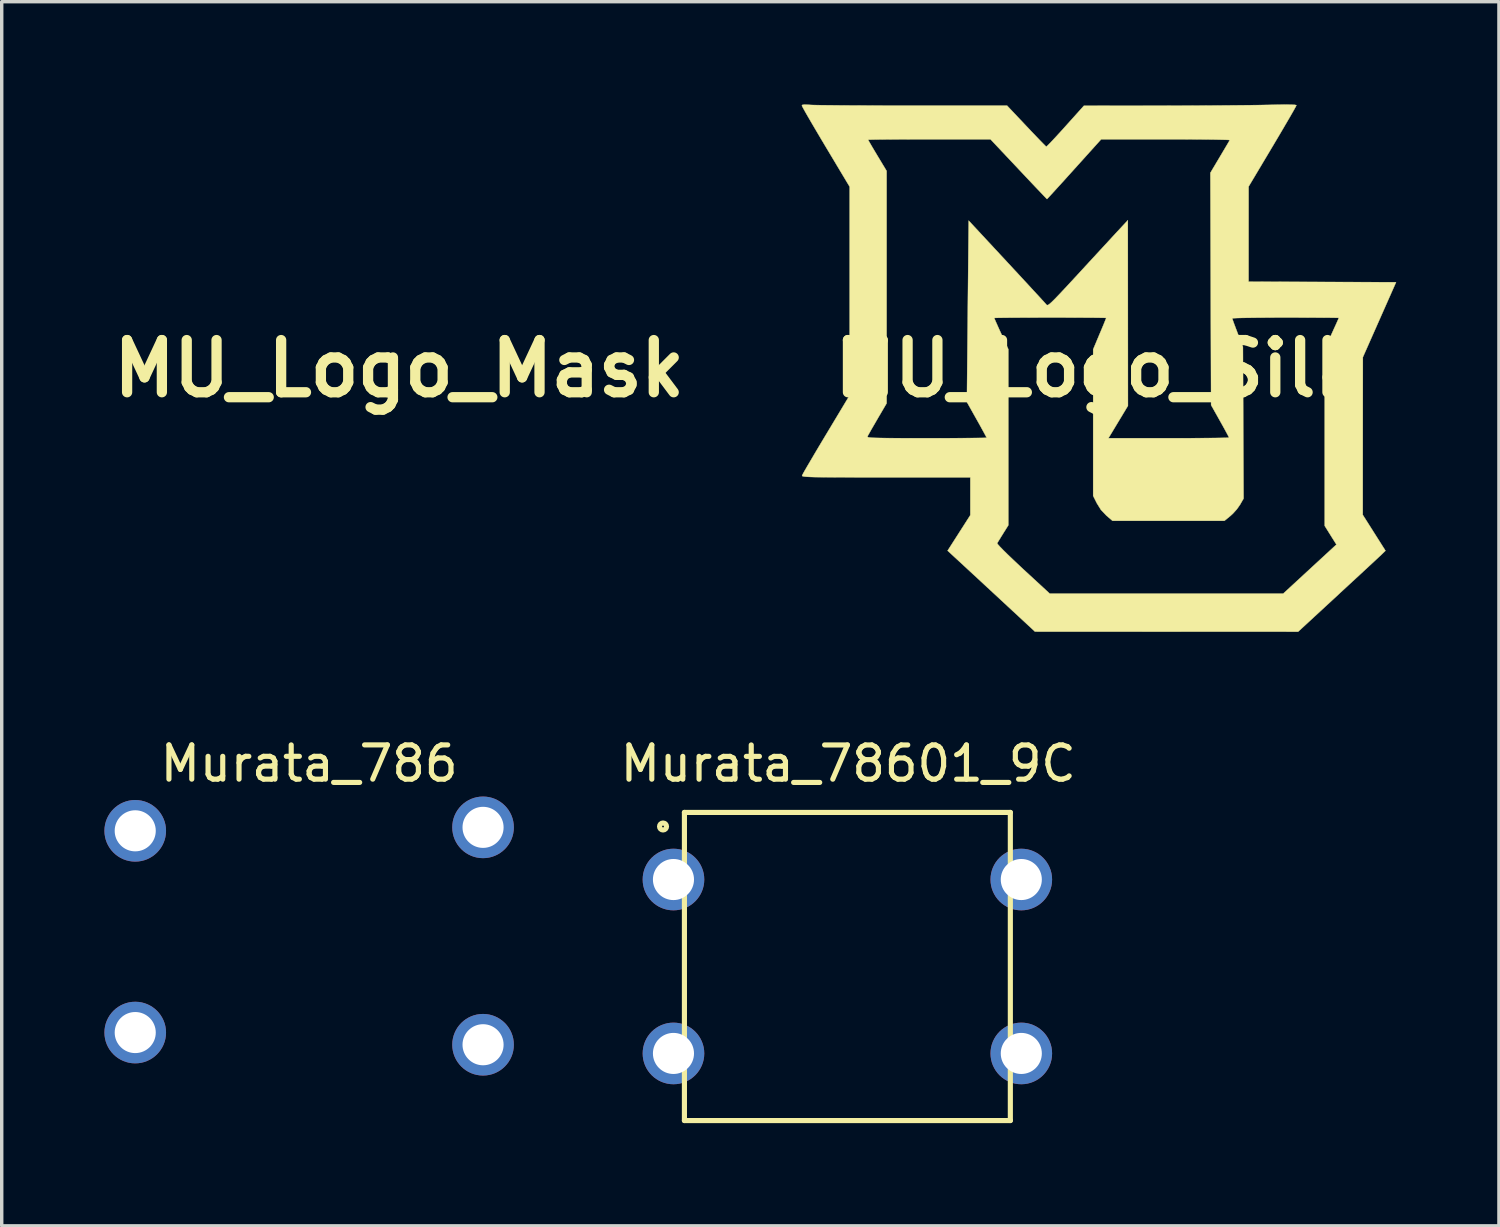
<source format=kicad_pcb>
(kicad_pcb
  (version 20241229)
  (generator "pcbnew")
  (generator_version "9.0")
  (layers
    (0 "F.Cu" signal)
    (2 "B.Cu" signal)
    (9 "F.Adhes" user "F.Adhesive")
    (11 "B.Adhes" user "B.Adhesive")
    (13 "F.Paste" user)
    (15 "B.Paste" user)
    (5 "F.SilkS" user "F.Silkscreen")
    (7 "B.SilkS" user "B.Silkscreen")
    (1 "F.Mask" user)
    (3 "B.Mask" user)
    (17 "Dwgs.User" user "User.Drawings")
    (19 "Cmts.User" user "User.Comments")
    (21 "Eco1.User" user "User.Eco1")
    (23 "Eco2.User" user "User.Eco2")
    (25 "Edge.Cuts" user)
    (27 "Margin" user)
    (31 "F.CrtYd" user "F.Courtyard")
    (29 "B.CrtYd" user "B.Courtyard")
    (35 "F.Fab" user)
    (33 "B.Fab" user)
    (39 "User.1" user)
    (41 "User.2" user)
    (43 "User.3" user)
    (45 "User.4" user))
  (footprint "MU_Logo_Mask"
    (layer "F.Cu")
    (at 8.609 7.718)
    (property "Reference" "MU_Logo_Mask" (at 0 0 0) (layer "F.SilkS") (effects (font (size 1.524 1.524) (thickness 0.3))))
    (attr through_hole)
    (fp_poly (pts (xy 5.688 -7.711) (xy 5.79 -7.706) (xy 5.838 -7.697) (xy 5.842 -7.692) (xy 5.826 -7.659) (xy 5.781 -7.576) (xy 5.71 -7.451) (xy 5.616 -7.289) (xy 5.503 -7.096) (xy 5.374 -6.876) (xy 5.233 -6.638) (xy 5.144 -6.488) (xy 4.446 -5.318) (xy 4.445 -2.54) (xy 6.599 -2.532) (xy 8.753 -2.524) (xy 8.268 -1.429) (xy 7.783 -0.333) (xy 7.781 1.968) (xy 7.78 4.27) (xy 8.444 5.318) (xy 8.357 5.403) (xy 8.318 5.441) (xy 8.236 5.517) (xy 8.117 5.628) (xy 7.966 5.768) (xy 7.787 5.934) (xy 7.586 6.12) (xy 7.367 6.322) (xy 7.135 6.536) (xy 7.082 6.586) (xy 5.892 7.684) (xy 2.049 7.683) (xy -1.794 7.682) (xy -2.16 7.342) (xy -2.274 7.236) (xy -2.419 7.102) (xy -2.588 6.945) (xy -2.776 6.771) (xy -2.975 6.586) (xy -3.18 6.397) (xy -3.383 6.208) (xy -3.58 6.026) (xy -3.764 5.856) (xy -3.927 5.705) (xy -4.065 5.578) (xy -4.17 5.481) (xy -4.236 5.42) (xy -4.245 5.411) (xy -4.347 5.318) (xy -4.015 4.799) (xy -3.683 4.28) (xy -3.683 3.175) (xy -6.147 3.175) (xy -6.601 3.175) (xy -6.996 3.175) (xy -7.336 3.174) (xy -7.624 3.173) (xy -7.865 3.172) (xy -8.063 3.17) (xy -8.223 3.168) (xy -8.348 3.164) (xy -8.442 3.16) (xy -8.509 3.155) (xy -8.555 3.149) (xy -8.582 3.142) (xy -8.594 3.134) (xy -8.597 3.124) (xy -8.596 3.119) (xy -8.577 3.081) (xy -8.529 2.994) (xy -8.454 2.865) (xy -8.357 2.7) (xy -8.242 2.504) (xy -8.111 2.283) (xy -7.968 2.044) (xy -7.933 1.986) (xy -6.688 1.986) (xy -6.686 1.996) (xy -6.667 2.004) (xy -6.627 2.011) (xy -6.561 2.017) (xy -6.464 2.022) (xy -6.332 2.025) (xy -6.161 2.028) (xy -5.945 2.03) (xy -5.679 2.031) (xy -5.36 2.032) (xy -4.982 2.032) (xy -4.956 2.032) (xy -4.63 2.032) (xy -4.323 2.031) (xy -4.042 2.03) (xy -3.792 2.028) (xy -3.579 2.026) (xy -3.408 2.024) (xy -3.287 2.022) (xy -3.219 2.019) (xy -3.207 2.017) (xy -3.222 1.986) (xy -3.263 1.909) (xy -3.326 1.794) (xy -3.405 1.65) (xy -3.495 1.49) (xy -3.783 0.977) (xy -3.759 -1.48) (xy -2.985 -1.48) (xy -2.972 -1.449) (xy -2.938 -1.37) (xy -2.886 -1.253) (xy -2.821 -1.109) (xy -2.778 -1.016) (xy -2.572 -0.564) (xy -2.572 4.573) (xy -2.725 4.818) (xy -2.795 4.931) (xy -2.853 5.025) (xy -2.891 5.087) (xy -2.899 5.099) (xy -2.881 5.129) (xy -2.821 5.197) (xy -2.722 5.299) (xy -2.589 5.43) (xy -2.426 5.586) (xy -2.238 5.763) (xy -2.141 5.854) (xy -1.362 6.572) (xy 5.456 6.572) (xy 7.011 5.138) (xy 6.839 4.865) (xy 6.668 4.591) (xy 6.668 -0.57) (xy 6.874 -1.021) (xy 6.944 -1.176) (xy 7.005 -1.309) (xy 7.05 -1.411) (xy 7.076 -1.471) (xy 7.08 -1.482) (xy 7.05 -1.484) (xy 6.961 -1.486) (xy 6.822 -1.488) (xy 6.637 -1.489) (xy 6.413 -1.49) (xy 6.156 -1.491) (xy 5.872 -1.492) (xy 5.566 -1.492) (xy 5.524 -1.492) (xy 5.217 -1.492) (xy 4.93 -1.49) (xy 4.668 -1.488) (xy 4.44 -1.485) (xy 4.249 -1.482) (xy 4.103 -1.478) (xy 4.008 -1.473) (xy 3.969 -1.468) (xy 3.969 -1.467) (xy 3.98 -1.43) (xy 4.009 -1.346) (xy 4.054 -1.225) (xy 4.109 -1.08) (xy 4.124 -1.04) (xy 4.28 -0.638) (xy 4.289 1.578) (xy 4.299 3.794) (xy 4.196 3.974) (xy 4.105 4.104) (xy 3.988 4.234) (xy 3.916 4.3) (xy 3.739 4.445) (xy 0.471 4.445) (xy 0.296 4.296) (xy 0.132 4.124) (xy 0.013 3.932) (xy -0.095 3.716) (xy -0.095 -0.563) (xy 0.095 -1.016) (xy 0.161 -1.172) (xy 0.217 -1.307) (xy 0.258 -1.409) (xy 0.282 -1.469) (xy 0.286 -1.481) (xy 0.255 -1.483) (xy 0.167 -1.485) (xy 0.027 -1.487) (xy -0.159 -1.489) (xy -0.385 -1.49) (xy -0.644 -1.491) (xy -0.931 -1.492) (xy -1.241 -1.492) (xy -1.349 -1.492) (xy -1.665 -1.492) (xy -1.96 -1.491) (xy -2.23 -1.49) (xy -2.468 -1.489) (xy -2.667 -1.487) (xy -2.824 -1.485) (xy -2.93 -1.483) (xy -2.981 -1.481) (xy -2.985 -1.48) (xy -3.759 -1.48) (xy -3.731 -4.324) (xy -2.619 -3.127) (xy -2.403 -2.894) (xy -2.198 -2.673) (xy -2.01 -2.47) (xy -1.843 -2.288) (xy -1.7 -2.134) (xy -1.587 -2.01) (xy -1.507 -1.923) (xy -1.465 -1.875) (xy -1.46 -1.87) (xy -1.447 -1.858) (xy -1.429 -1.855) (xy -1.403 -1.866) (xy -1.365 -1.893) (xy -1.31 -1.942) (xy -1.236 -2.014) (xy -1.138 -2.115) (xy -1.013 -2.247) (xy -0.856 -2.415) (xy -0.664 -2.622) (xy -0.433 -2.872) (xy -0.428 -2.878) (xy -0.219 -3.105) (xy -0.017 -3.324) (xy 0.173 -3.53) (xy 0.345 -3.716) (xy 0.493 -3.877) (xy 0.613 -4.007) (xy 0.7 -4.1) (xy 0.737 -4.14) (xy 0.918 -4.334) (xy 0.921 1.086) (xy 0.636 1.559) (xy 0.351 2.032) (xy 2.112 2.032) (xy 2.44 2.032) (xy 2.748 2.031) (xy 3.031 2.029) (xy 3.282 2.027) (xy 3.496 2.025) (xy 3.668 2.022) (xy 3.791 2.019) (xy 3.86 2.016) (xy 3.873 2.014) (xy 3.859 1.982) (xy 3.818 1.904) (xy 3.756 1.789) (xy 3.678 1.648) (xy 3.612 1.53) (xy 3.35 1.064) (xy 3.339 -2.328) (xy 3.329 -5.72) (xy 3.606 -6.186) (xy 3.698 -6.341) (xy 3.778 -6.476) (xy 3.842 -6.584) (xy 3.883 -6.654) (xy 3.896 -6.675) (xy 3.867 -6.68) (xy 3.781 -6.684) (xy 3.642 -6.687) (xy 3.456 -6.691) (xy 3.228 -6.694) (xy 2.964 -6.696) (xy 2.669 -6.698) (xy 2.35 -6.699) (xy 2.024 -6.699) (xy 0.139 -6.699) (xy -0.648 -5.826) (xy -0.827 -5.628) (xy -0.991 -5.446) (xy -1.138 -5.285) (xy -1.261 -5.15) (xy -1.356 -5.046) (xy -1.418 -4.979) (xy -1.443 -4.953) (xy -1.443 -4.953) (xy -1.466 -4.975) (xy -1.527 -5.039) (xy -1.622 -5.139) (xy -1.746 -5.269) (xy -1.895 -5.426) (xy -2.063 -5.604) (xy -2.246 -5.799) (xy -2.272 -5.826) (xy -3.094 -6.699) (xy -4.881 -6.699) (xy -5.211 -6.699) (xy -5.521 -6.698) (xy -5.806 -6.697) (xy -6.06 -6.696) (xy -6.277 -6.694) (xy -6.452 -6.692) (xy -6.579 -6.689) (xy -6.652 -6.687) (xy -6.668 -6.685) (xy -6.652 -6.654) (xy -6.609 -6.579) (xy -6.544 -6.468) (xy -6.462 -6.33) (xy -6.398 -6.223) (xy -6.128 -5.775) (xy -6.128 1.013) (xy -6.399 1.476) (xy -6.49 1.633) (xy -6.571 1.772) (xy -6.634 1.885) (xy -6.676 1.96) (xy -6.688 1.986) (xy -7.933 1.986) (xy -7.894 1.921) (xy -7.208 0.779) (xy -7.208 -2.268) (xy -7.208 -5.314) (xy -7.906 -6.48) (xy -8.054 -6.728) (xy -8.191 -6.96) (xy -8.314 -7.169) (xy -8.42 -7.351) (xy -8.505 -7.499) (xy -8.565 -7.608) (xy -8.599 -7.672) (xy -8.604 -7.685) (xy -8.587 -7.705) (xy -8.53 -7.713) (xy -8.423 -7.709) (xy -8.361 -7.704) (xy -8.293 -7.701) (xy -8.166 -7.698) (xy -7.986 -7.695) (xy -7.758 -7.693) (xy -7.487 -7.69) (xy -7.178 -7.688) (xy -6.836 -7.687) (xy -6.467 -7.685) (xy -6.075 -7.684) (xy -5.665 -7.684) (xy -5.365 -7.684) (xy -2.611 -7.684) (xy -2.048 -7.088) (xy -1.896 -6.927) (xy -1.757 -6.782) (xy -1.639 -6.659) (xy -1.546 -6.564) (xy -1.486 -6.504) (xy -1.465 -6.485) (xy -1.439 -6.505) (xy -1.377 -6.567) (xy -1.284 -6.664) (xy -1.167 -6.79) (xy -1.031 -6.938) (xy -0.905 -7.078) (xy -0.365 -7.679) (xy 1.924 -7.681) (xy 2.326 -7.682) (xy 2.73 -7.683) (xy 3.127 -7.685) (xy 3.511 -7.687) (xy 3.874 -7.69) (xy 4.207 -7.693) (xy 4.503 -7.696) (xy 4.755 -7.699) (xy 4.954 -7.703) (xy 5.027 -7.704) (xy 5.308 -7.711) (xy 5.528 -7.713) (xy 5.688 -7.711)) (stroke (width 0.01) (type solid)) (fill yes) (layer "F.Mask")))
  (footprint "Murata_786"
    (layer "F.Cu")
    (at 5.98 23.428)
    (property "Reference" "Murata_786" (at 0 -4.174 0) (layer "F.SilkS") (effects (font (size 1 1) (thickness 0.15))))
    (attr through_hole)
    (pad "1" thru_hole circle (at -5.08 -2.21) (size 1.8 1.8) (drill 1.2) (layers "*.Cu" "*.Mask"))
    (pad "2" thru_hole circle (at -5.08 3.683) (size 1.8 1.8) (drill 1.2) (layers "*.Cu" "*.Mask"))
    (pad "3" thru_hole circle (at 5.08 4.039) (size 1.8 1.8) (drill 1.2) (layers "*.Cu" "*.Mask"))
    (pad "4" thru_hole circle (at 5.08 -2.311) (size 1.8 1.8) (drill 1.2) (layers "*.Cu" "*.Mask")))
  (footprint "MU_Logo_Silk"
    (layer "F.Cu")
    (at 28.976 7.718)
    (property "Reference" "MU_Logo_Silk" (at 0 0 0) (layer "F.SilkS") (effects (font (size 1.524 1.524) (thickness 0.3))))
    (attr through_hole)
    (fp_poly (pts (xy 5.688 -7.711) (xy 5.79 -7.706) (xy 5.838 -7.697) (xy 5.842 -7.692) (xy 5.826 -7.659) (xy 5.781 -7.576) (xy 5.71 -7.451) (xy 5.616 -7.289) (xy 5.503 -7.096) (xy 5.374 -6.876) (xy 5.233 -6.638) (xy 5.144 -6.488) (xy 4.446 -5.318) (xy 4.445 -2.54) (xy 6.599 -2.532) (xy 8.753 -2.524) (xy 8.268 -1.429) (xy 7.783 -0.333) (xy 7.781 1.968) (xy 7.78 4.27) (xy 8.444 5.318) (xy 8.357 5.403) (xy 8.318 5.441) (xy 8.236 5.517) (xy 8.117 5.628) (xy 7.966 5.768) (xy 7.787 5.934) (xy 7.586 6.12) (xy 7.367 6.322) (xy 7.135 6.536) (xy 7.082 6.586) (xy 5.892 7.684) (xy 2.049 7.683) (xy -1.794 7.682) (xy -2.16 7.342) (xy -2.274 7.236) (xy -2.419 7.102) (xy -2.588 6.945) (xy -2.776 6.771) (xy -2.975 6.586) (xy -3.18 6.397) (xy -3.383 6.208) (xy -3.58 6.026) (xy -3.764 5.856) (xy -3.927 5.705) (xy -4.065 5.578) (xy -4.17 5.481) (xy -4.236 5.42) (xy -4.245 5.411) (xy -4.347 5.318) (xy -4.015 4.799) (xy -3.683 4.28) (xy -3.683 3.175) (xy -6.147 3.175) (xy -6.601 3.175) (xy -6.996 3.175) (xy -7.336 3.174) (xy -7.624 3.173) (xy -7.865 3.172) (xy -8.063 3.17) (xy -8.223 3.168) (xy -8.348 3.164) (xy -8.442 3.16) (xy -8.509 3.155) (xy -8.555 3.149) (xy -8.582 3.142) (xy -8.594 3.134) (xy -8.597 3.124) (xy -8.596 3.119) (xy -8.577 3.081) (xy -8.529 2.994) (xy -8.454 2.865) (xy -8.357 2.7) (xy -8.242 2.504) (xy -8.111 2.283) (xy -7.968 2.044) (xy -7.933 1.986) (xy -6.688 1.986) (xy -6.686 1.996) (xy -6.667 2.004) (xy -6.627 2.011) (xy -6.561 2.017) (xy -6.464 2.022) (xy -6.332 2.025) (xy -6.161 2.028) (xy -5.945 2.03) (xy -5.679 2.031) (xy -5.36 2.032) (xy -4.982 2.032) (xy -4.956 2.032) (xy -4.63 2.032) (xy -4.323 2.031) (xy -4.042 2.03) (xy -3.792 2.028) (xy -3.579 2.026) (xy -3.408 2.024) (xy -3.287 2.022) (xy -3.219 2.019) (xy -3.207 2.017) (xy -3.222 1.986) (xy -3.263 1.909) (xy -3.326 1.794) (xy -3.405 1.65) (xy -3.495 1.49) (xy -3.783 0.977) (xy -3.759 -1.48) (xy -2.985 -1.48) (xy -2.972 -1.449) (xy -2.938 -1.37) (xy -2.886 -1.253) (xy -2.821 -1.109) (xy -2.778 -1.016) (xy -2.572 -0.564) (xy -2.572 4.573) (xy -2.725 4.818) (xy -2.795 4.931) (xy -2.853 5.025) (xy -2.891 5.087) (xy -2.899 5.099) (xy -2.881 5.129) (xy -2.821 5.197) (xy -2.722 5.299) (xy -2.589 5.43) (xy -2.426 5.586) (xy -2.238 5.763) (xy -2.141 5.854) (xy -1.362 6.572) (xy 5.456 6.572) (xy 7.011 5.138) (xy 6.839 4.865) (xy 6.668 4.591) (xy 6.668 -0.57) (xy 6.874 -1.021) (xy 6.944 -1.176) (xy 7.005 -1.309) (xy 7.05 -1.411) (xy 7.076 -1.471) (xy 7.08 -1.482) (xy 7.05 -1.484) (xy 6.961 -1.486) (xy 6.822 -1.488) (xy 6.637 -1.489) (xy 6.413 -1.49) (xy 6.156 -1.491) (xy 5.872 -1.492) (xy 5.566 -1.492) (xy 5.524 -1.492) (xy 5.217 -1.492) (xy 4.93 -1.49) (xy 4.668 -1.488) (xy 4.44 -1.485) (xy 4.249 -1.482) (xy 4.103 -1.478) (xy 4.008 -1.473) (xy 3.969 -1.468) (xy 3.969 -1.467) (xy 3.98 -1.43) (xy 4.009 -1.346) (xy 4.054 -1.225) (xy 4.109 -1.08) (xy 4.124 -1.04) (xy 4.28 -0.638) (xy 4.289 1.578) (xy 4.299 3.794) (xy 4.196 3.974) (xy 4.105 4.104) (xy 3.988 4.234) (xy 3.916 4.3) (xy 3.739 4.445) (xy 0.471 4.445) (xy 0.296 4.296) (xy 0.132 4.124) (xy 0.013 3.932) (xy -0.095 3.716) (xy -0.095 -0.563) (xy 0.095 -1.016) (xy 0.161 -1.172) (xy 0.217 -1.307) (xy 0.258 -1.409) (xy 0.282 -1.469) (xy 0.286 -1.481) (xy 0.255 -1.483) (xy 0.167 -1.485) (xy 0.027 -1.487) (xy -0.159 -1.489) (xy -0.385 -1.49) (xy -0.644 -1.491) (xy -0.931 -1.492) (xy -1.241 -1.492) (xy -1.349 -1.492) (xy -1.665 -1.492) (xy -1.96 -1.491) (xy -2.23 -1.49) (xy -2.468 -1.489) (xy -2.667 -1.487) (xy -2.824 -1.485) (xy -2.93 -1.483) (xy -2.981 -1.481) (xy -2.985 -1.48) (xy -3.759 -1.48) (xy -3.731 -4.324) (xy -2.619 -3.127) (xy -2.403 -2.894) (xy -2.198 -2.673) (xy -2.01 -2.47) (xy -1.843 -2.288) (xy -1.7 -2.134) (xy -1.587 -2.01) (xy -1.507 -1.923) (xy -1.465 -1.875) (xy -1.46 -1.87) (xy -1.447 -1.858) (xy -1.429 -1.855) (xy -1.403 -1.866) (xy -1.365 -1.893) (xy -1.31 -1.942) (xy -1.236 -2.014) (xy -1.138 -2.115) (xy -1.013 -2.247) (xy -0.856 -2.415) (xy -0.664 -2.622) (xy -0.433 -2.872) (xy -0.428 -2.878) (xy -0.219 -3.105) (xy -0.017 -3.324) (xy 0.173 -3.53) (xy 0.345 -3.716) (xy 0.493 -3.877) (xy 0.613 -4.007) (xy 0.7 -4.1) (xy 0.737 -4.14) (xy 0.918 -4.334) (xy 0.921 1.086) (xy 0.636 1.559) (xy 0.351 2.032) (xy 2.112 2.032) (xy 2.44 2.032) (xy 2.748 2.031) (xy 3.031 2.029) (xy 3.282 2.027) (xy 3.496 2.025) (xy 3.668 2.022) (xy 3.791 2.019) (xy 3.86 2.016) (xy 3.873 2.014) (xy 3.859 1.982) (xy 3.818 1.904) (xy 3.756 1.789) (xy 3.678 1.648) (xy 3.612 1.53) (xy 3.35 1.064) (xy 3.339 -2.328) (xy 3.329 -5.72) (xy 3.606 -6.186) (xy 3.698 -6.341) (xy 3.778 -6.476) (xy 3.842 -6.584) (xy 3.883 -6.654) (xy 3.896 -6.675) (xy 3.867 -6.68) (xy 3.781 -6.684) (xy 3.642 -6.687) (xy 3.456 -6.691) (xy 3.228 -6.694) (xy 2.964 -6.696) (xy 2.669 -6.698) (xy 2.35 -6.699) (xy 2.024 -6.699) (xy 0.139 -6.699) (xy -0.648 -5.826) (xy -0.827 -5.628) (xy -0.991 -5.446) (xy -1.138 -5.285) (xy -1.261 -5.15) (xy -1.356 -5.046) (xy -1.418 -4.979) (xy -1.443 -4.953) (xy -1.443 -4.953) (xy -1.466 -4.975) (xy -1.527 -5.039) (xy -1.622 -5.139) (xy -1.746 -5.269) (xy -1.895 -5.426) (xy -2.063 -5.604) (xy -2.246 -5.799) (xy -2.272 -5.826) (xy -3.094 -6.699) (xy -4.881 -6.699) (xy -5.211 -6.699) (xy -5.521 -6.698) (xy -5.806 -6.697) (xy -6.06 -6.696) (xy -6.277 -6.694) (xy -6.452 -6.692) (xy -6.579 -6.689) (xy -6.652 -6.687) (xy -6.668 -6.685) (xy -6.652 -6.654) (xy -6.609 -6.579) (xy -6.544 -6.468) (xy -6.462 -6.33) (xy -6.398 -6.223) (xy -6.128 -5.775) (xy -6.128 1.013) (xy -6.399 1.476) (xy -6.49 1.633) (xy -6.571 1.772) (xy -6.634 1.885) (xy -6.676 1.96) (xy -6.688 1.986) (xy -7.933 1.986) (xy -7.894 1.921) (xy -7.208 0.779) (xy -7.208 -2.268) (xy -7.208 -5.314) (xy -7.906 -6.48) (xy -8.054 -6.728) (xy -8.191 -6.96) (xy -8.314 -7.169) (xy -8.42 -7.351) (xy -8.505 -7.499) (xy -8.565 -7.608) (xy -8.599 -7.672) (xy -8.604 -7.685) (xy -8.587 -7.705) (xy -8.53 -7.713) (xy -8.423 -7.709) (xy -8.361 -7.704) (xy -8.293 -7.701) (xy -8.166 -7.698) (xy -7.986 -7.695) (xy -7.758 -7.693) (xy -7.487 -7.69) (xy -7.178 -7.688) (xy -6.836 -7.687) (xy -6.467 -7.685) (xy -6.075 -7.684) (xy -5.665 -7.684) (xy -5.365 -7.684) (xy -2.611 -7.684) (xy -2.048 -7.088) (xy -1.896 -6.927) (xy -1.757 -6.782) (xy -1.639 -6.659) (xy -1.546 -6.564) (xy -1.486 -6.504) (xy -1.465 -6.485) (xy -1.439 -6.505) (xy -1.377 -6.567) (xy -1.284 -6.664) (xy -1.167 -6.79) (xy -1.031 -6.938) (xy -0.905 -7.078) (xy -0.365 -7.679) (xy 1.924 -7.681) (xy 2.326 -7.682) (xy 2.73 -7.683) (xy 3.127 -7.685) (xy 3.511 -7.687) (xy 3.874 -7.69) (xy 4.207 -7.693) (xy 4.503 -7.696) (xy 4.755 -7.699) (xy 4.954 -7.703) (xy 5.027 -7.704) (xy 5.308 -7.711) (xy 5.528 -7.713) (xy 5.688 -7.711)) (stroke (width 0.01) (type solid)) (fill yes) (layer "F.SilkS")))
  (footprint "Murata_78601_9C"
    (layer "F.Cu")
    (at 21.702 25.181)
    (property "Reference" "Murata_78601_9C" (at 0.025 -5.926 0) (layer "F.SilkS") (effects (font (size 1 1) (thickness 0.15))))
    (attr through_hole)
    (fp_line (start -4.76 -4.5) (end 4.76 -4.5) (stroke (width 0.15) (type solid)) (layer "F.SilkS"))
    (fp_line (start -4.76 4.5) (end -4.76 -4.5) (stroke (width 0.15) (type solid)) (layer "F.SilkS"))
    (fp_line (start 4.76 -4.5) (end 4.76 4.5) (stroke (width 0.15) (type solid)) (layer "F.SilkS"))
    (fp_line (start 4.76 4.5) (end -4.76 4.5) (stroke (width 0.15) (type solid)) (layer "F.SilkS"))
    (fp_circle (center -5.385 -4.089) (end -5.283 -4.089) (stroke (width 0.15) (type solid)) (fill no) (layer "F.SilkS"))
    (pad "1" thru_hole circle (at -5.08 -2.54) (size 1.8 1.8) (drill 1.2) (layers "*.Cu" "*.Mask"))
    (pad "2" thru_hole circle (at -5.08 2.54) (size 1.8 1.8) (drill 1.2) (layers "*.Cu" "*.Mask"))
    (pad "3" thru_hole circle (at 5.08 2.54) (size 1.8 1.8) (drill 1.2) (layers "*.Cu" "*.Mask"))
    (pad "4" thru_hole circle (at 5.08 -2.54) (size 1.8 1.8) (drill 1.2) (layers "*.Cu" "*.Mask")))
  (gr_rect
    (start -3 -3)
    (end 40.734 32.756)
    (stroke (width 0.1) (type default))
    (fill no)
    (layer "Edge.Cuts")))
</source>
